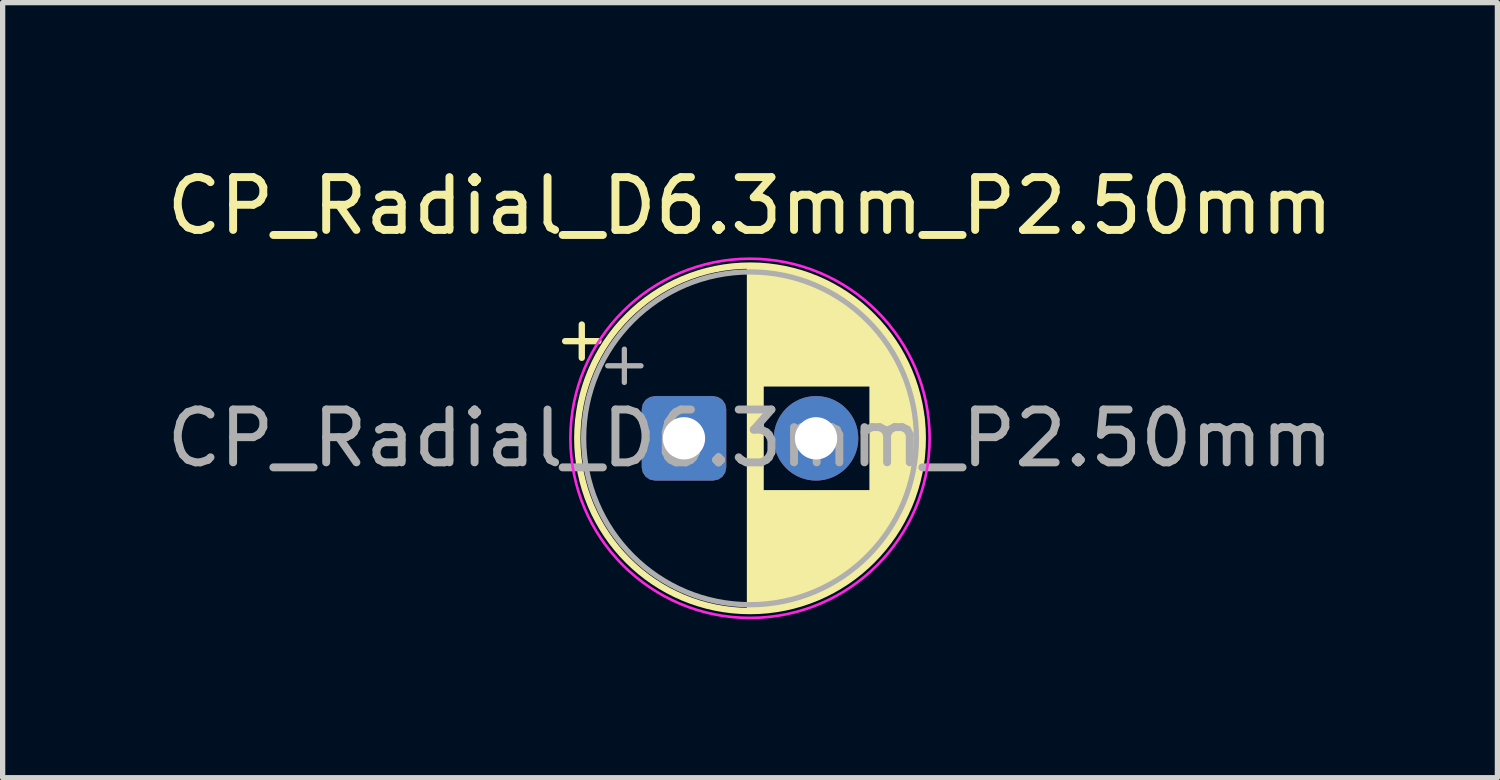
<source format=kicad_pcb>
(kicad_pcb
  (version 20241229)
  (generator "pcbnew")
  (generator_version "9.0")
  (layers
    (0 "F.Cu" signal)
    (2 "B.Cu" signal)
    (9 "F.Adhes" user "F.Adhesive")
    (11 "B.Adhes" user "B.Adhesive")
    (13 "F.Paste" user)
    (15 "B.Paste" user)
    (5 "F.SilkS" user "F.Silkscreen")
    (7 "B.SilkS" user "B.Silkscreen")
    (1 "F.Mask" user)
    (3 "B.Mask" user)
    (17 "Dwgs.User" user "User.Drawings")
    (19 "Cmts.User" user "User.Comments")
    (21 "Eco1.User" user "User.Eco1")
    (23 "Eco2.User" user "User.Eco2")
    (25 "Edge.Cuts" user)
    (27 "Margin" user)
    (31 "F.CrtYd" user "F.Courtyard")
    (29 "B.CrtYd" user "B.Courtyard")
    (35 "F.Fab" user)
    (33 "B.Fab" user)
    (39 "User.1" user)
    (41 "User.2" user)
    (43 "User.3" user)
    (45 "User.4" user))
  (footprint "CP_Radial_D6.3mm_P2.50mm"
    (layer "F.Cu")
    (at 9.899 5.248)
    (property "Reference" "CP_Radial_D6.3mm_P2.50mm" (at 1.25 -4.4 0) (layer "F.SilkS") (effects (font (size 1 1) (thickness 0.15))))
    (attr through_hole)
    (fp_line (start -2.25 -1.839) (end -1.62 -1.839) (stroke (width 0.12) (type solid)) (layer "F.SilkS"))
    (fp_line (start -1.935 -2.154) (end -1.935 -1.524) (stroke (width 0.12) (type solid)) (layer "F.SilkS"))
    (fp_line (start 1.25 -3.23) (end 1.25 3.23) (stroke (width 0.12) (type solid)) (layer "F.SilkS"))
    (fp_line (start 1.29 -3.23) (end 1.29 3.23) (stroke (width 0.12) (type solid)) (layer "F.SilkS"))
    (fp_line (start 1.33 -3.229) (end 1.33 3.229) (stroke (width 0.12) (type solid)) (layer "F.SilkS"))
    (fp_line (start 1.37 -3.228) (end 1.37 3.228) (stroke (width 0.12) (type solid)) (layer "F.SilkS"))
    (fp_line (start 1.41 -3.226) (end 1.41 3.226) (stroke (width 0.12) (type solid)) (layer "F.SilkS"))
    (fp_line (start 1.45 -3.224) (end 1.45 3.224) (stroke (width 0.12) (type solid)) (layer "F.SilkS"))
    (fp_line (start 1.49 -3.221) (end 1.49 -1.04) (stroke (width 0.12) (type solid)) (layer "F.SilkS"))
    (fp_line (start 1.49 1.04) (end 1.49 3.221) (stroke (width 0.12) (type solid)) (layer "F.SilkS"))
    (fp_line (start 1.53 -3.218) (end 1.53 -1.04) (stroke (width 0.12) (type solid)) (layer "F.SilkS"))
    (fp_line (start 1.53 1.04) (end 1.53 3.218) (stroke (width 0.12) (type solid)) (layer "F.SilkS"))
    (fp_line (start 1.57 -3.214) (end 1.57 -1.04) (stroke (width 0.12) (type solid)) (layer "F.SilkS"))
    (fp_line (start 1.57 1.04) (end 1.57 3.214) (stroke (width 0.12) (type solid)) (layer "F.SilkS"))
    (fp_line (start 1.61 -3.21) (end 1.61 -1.04) (stroke (width 0.12) (type solid)) (layer "F.SilkS"))
    (fp_line (start 1.61 1.04) (end 1.61 3.21) (stroke (width 0.12) (type solid)) (layer "F.SilkS"))
    (fp_line (start 1.65 -3.205) (end 1.65 -1.04) (stroke (width 0.12) (type solid)) (layer "F.SilkS"))
    (fp_line (start 1.65 1.04) (end 1.65 3.205) (stroke (width 0.12) (type solid)) (layer "F.SilkS"))
    (fp_line (start 1.69 -3.2) (end 1.69 -1.04) (stroke (width 0.12) (type solid)) (layer "F.SilkS"))
    (fp_line (start 1.69 1.04) (end 1.69 3.2) (stroke (width 0.12) (type solid)) (layer "F.SilkS"))
    (fp_line (start 1.73 -3.195) (end 1.73 -1.04) (stroke (width 0.12) (type solid)) (layer "F.SilkS"))
    (fp_line (start 1.73 1.04) (end 1.73 3.195) (stroke (width 0.12) (type solid)) (layer "F.SilkS"))
    (fp_line (start 1.77 -3.188) (end 1.77 -1.04) (stroke (width 0.12) (type solid)) (layer "F.SilkS"))
    (fp_line (start 1.77 1.04) (end 1.77 3.188) (stroke (width 0.12) (type solid)) (layer "F.SilkS"))
    (fp_line (start 1.81 -3.182) (end 1.81 -1.04) (stroke (width 0.12) (type solid)) (layer "F.SilkS"))
    (fp_line (start 1.81 1.04) (end 1.81 3.182) (stroke (width 0.12) (type solid)) (layer "F.SilkS"))
    (fp_line (start 1.85 -3.174) (end 1.85 -1.04) (stroke (width 0.12) (type solid)) (layer "F.SilkS"))
    (fp_line (start 1.85 1.04) (end 1.85 3.174) (stroke (width 0.12) (type solid)) (layer "F.SilkS"))
    (fp_line (start 1.89 -3.167) (end 1.89 -1.04) (stroke (width 0.12) (type solid)) (layer "F.SilkS"))
    (fp_line (start 1.89 1.04) (end 1.89 3.167) (stroke (width 0.12) (type solid)) (layer "F.SilkS"))
    (fp_line (start 1.93 -3.159) (end 1.93 -1.04) (stroke (width 0.12) (type solid)) (layer "F.SilkS"))
    (fp_line (start 1.93 1.04) (end 1.93 3.159) (stroke (width 0.12) (type solid)) (layer "F.SilkS"))
    (fp_line (start 1.97 -3.15) (end 1.97 -1.04) (stroke (width 0.12) (type solid)) (layer "F.SilkS"))
    (fp_line (start 1.97 1.04) (end 1.97 3.15) (stroke (width 0.12) (type solid)) (layer "F.SilkS"))
    (fp_line (start 2.01 -3.14) (end 2.01 -1.04) (stroke (width 0.12) (type solid)) (layer "F.SilkS"))
    (fp_line (start 2.01 1.04) (end 2.01 3.14) (stroke (width 0.12) (type solid)) (layer "F.SilkS"))
    (fp_line (start 2.05 -3.131) (end 2.05 -1.04) (stroke (width 0.12) (type solid)) (layer "F.SilkS"))
    (fp_line (start 2.05 1.04) (end 2.05 3.131) (stroke (width 0.12) (type solid)) (layer "F.SilkS"))
    (fp_line (start 2.09 -3.12) (end 2.09 -1.04) (stroke (width 0.12) (type solid)) (layer "F.SilkS"))
    (fp_line (start 2.09 1.04) (end 2.09 3.12) (stroke (width 0.12) (type solid)) (layer "F.SilkS"))
    (fp_line (start 2.13 -3.109) (end 2.13 -1.04) (stroke (width 0.12) (type solid)) (layer "F.SilkS"))
    (fp_line (start 2.13 1.04) (end 2.13 3.109) (stroke (width 0.12) (type solid)) (layer "F.SilkS"))
    (fp_line (start 2.17 -3.098) (end 2.17 -1.04) (stroke (width 0.12) (type solid)) (layer "F.SilkS"))
    (fp_line (start 2.17 1.04) (end 2.17 3.098) (stroke (width 0.12) (type solid)) (layer "F.SilkS"))
    (fp_line (start 2.21 -3.086) (end 2.21 -1.04) (stroke (width 0.12) (type solid)) (layer "F.SilkS"))
    (fp_line (start 2.21 1.04) (end 2.21 3.086) (stroke (width 0.12) (type solid)) (layer "F.SilkS"))
    (fp_line (start 2.25 -3.073) (end 2.25 -1.04) (stroke (width 0.12) (type solid)) (layer "F.SilkS"))
    (fp_line (start 2.25 1.04) (end 2.25 3.073) (stroke (width 0.12) (type solid)) (layer "F.SilkS"))
    (fp_line (start 2.29 -3.06) (end 2.29 -1.04) (stroke (width 0.12) (type solid)) (layer "F.SilkS"))
    (fp_line (start 2.29 1.04) (end 2.29 3.06) (stroke (width 0.12) (type solid)) (layer "F.SilkS"))
    (fp_line (start 2.33 -3.047) (end 2.33 -1.04) (stroke (width 0.12) (type solid)) (layer "F.SilkS"))
    (fp_line (start 2.33 1.04) (end 2.33 3.047) (stroke (width 0.12) (type solid)) (layer "F.SilkS"))
    (fp_line (start 2.37 -3.032) (end 2.37 -1.04) (stroke (width 0.12) (type solid)) (layer "F.SilkS"))
    (fp_line (start 2.37 1.04) (end 2.37 3.032) (stroke (width 0.12) (type solid)) (layer "F.SilkS"))
    (fp_line (start 2.41 -3.017) (end 2.41 -1.04) (stroke (width 0.12) (type solid)) (layer "F.SilkS"))
    (fp_line (start 2.41 1.04) (end 2.41 3.017) (stroke (width 0.12) (type solid)) (layer "F.SilkS"))
    (fp_line (start 2.45 -3.002) (end 2.45 -1.04) (stroke (width 0.12) (type solid)) (layer "F.SilkS"))
    (fp_line (start 2.45 1.04) (end 2.45 3.002) (stroke (width 0.12) (type solid)) (layer "F.SilkS"))
    (fp_line (start 2.49 -2.986) (end 2.49 -1.04) (stroke (width 0.12) (type solid)) (layer "F.SilkS"))
    (fp_line (start 2.49 1.04) (end 2.49 2.986) (stroke (width 0.12) (type solid)) (layer "F.SilkS"))
    (fp_line (start 2.53 -2.969) (end 2.53 -1.04) (stroke (width 0.12) (type solid)) (layer "F.SilkS"))
    (fp_line (start 2.53 1.04) (end 2.53 2.969) (stroke (width 0.12) (type solid)) (layer "F.SilkS"))
    (fp_line (start 2.57 -2.952) (end 2.57 -1.04) (stroke (width 0.12) (type solid)) (layer "F.SilkS"))
    (fp_line (start 2.57 1.04) (end 2.57 2.952) (stroke (width 0.12) (type solid)) (layer "F.SilkS"))
    (fp_line (start 2.61 -2.934) (end 2.61 -1.04) (stroke (width 0.12) (type solid)) (layer "F.SilkS"))
    (fp_line (start 2.61 1.04) (end 2.61 2.934) (stroke (width 0.12) (type solid)) (layer "F.SilkS"))
    (fp_line (start 2.65 -2.915) (end 2.65 -1.04) (stroke (width 0.12) (type solid)) (layer "F.SilkS"))
    (fp_line (start 2.65 1.04) (end 2.65 2.915) (stroke (width 0.12) (type solid)) (layer "F.SilkS"))
    (fp_line (start 2.69 -2.896) (end 2.69 -1.04) (stroke (width 0.12) (type solid)) (layer "F.SilkS"))
    (fp_line (start 2.69 1.04) (end 2.69 2.896) (stroke (width 0.12) (type solid)) (layer "F.SilkS"))
    (fp_line (start 2.73 -2.876) (end 2.73 -1.04) (stroke (width 0.12) (type solid)) (layer "F.SilkS"))
    (fp_line (start 2.73 1.04) (end 2.73 2.876) (stroke (width 0.12) (type solid)) (layer "F.SilkS"))
    (fp_line (start 2.77 -2.855) (end 2.77 -1.04) (stroke (width 0.12) (type solid)) (layer "F.SilkS"))
    (fp_line (start 2.77 1.04) (end 2.77 2.855) (stroke (width 0.12) (type solid)) (layer "F.SilkS"))
    (fp_line (start 2.81 -2.834) (end 2.81 -1.04) (stroke (width 0.12) (type solid)) (layer "F.SilkS"))
    (fp_line (start 2.81 1.04) (end 2.81 2.834) (stroke (width 0.12) (type solid)) (layer "F.SilkS"))
    (fp_line (start 2.85 -2.812) (end 2.85 -1.04) (stroke (width 0.12) (type solid)) (layer "F.SilkS"))
    (fp_line (start 2.85 1.04) (end 2.85 2.812) (stroke (width 0.12) (type solid)) (layer "F.SilkS"))
    (fp_line (start 2.89 -2.789) (end 2.89 -1.04) (stroke (width 0.12) (type solid)) (layer "F.SilkS"))
    (fp_line (start 2.89 1.04) (end 2.89 2.789) (stroke (width 0.12) (type solid)) (layer "F.SilkS"))
    (fp_line (start 2.93 -2.765) (end 2.93 -1.04) (stroke (width 0.12) (type solid)) (layer "F.SilkS"))
    (fp_line (start 2.93 1.04) (end 2.93 2.765) (stroke (width 0.12) (type solid)) (layer "F.SilkS"))
    (fp_line (start 2.97 -2.741) (end 2.97 -1.04) (stroke (width 0.12) (type solid)) (layer "F.SilkS"))
    (fp_line (start 2.97 1.04) (end 2.97 2.741) (stroke (width 0.12) (type solid)) (layer "F.SilkS"))
    (fp_line (start 3.01 -2.716) (end 3.01 -1.04) (stroke (width 0.12) (type solid)) (layer "F.SilkS"))
    (fp_line (start 3.01 1.04) (end 3.01 2.716) (stroke (width 0.12) (type solid)) (layer "F.SilkS"))
    (fp_line (start 3.05 -2.69) (end 3.05 -1.04) (stroke (width 0.12) (type solid)) (layer "F.SilkS"))
    (fp_line (start 3.05 1.04) (end 3.05 2.69) (stroke (width 0.12) (type solid)) (layer "F.SilkS"))
    (fp_line (start 3.09 -2.663) (end 3.09 -1.04) (stroke (width 0.12) (type solid)) (layer "F.SilkS"))
    (fp_line (start 3.09 1.04) (end 3.09 2.663) (stroke (width 0.12) (type solid)) (layer "F.SilkS"))
    (fp_line (start 3.13 -2.636) (end 3.13 -1.04) (stroke (width 0.12) (type solid)) (layer "F.SilkS"))
    (fp_line (start 3.13 1.04) (end 3.13 2.636) (stroke (width 0.12) (type solid)) (layer "F.SilkS"))
    (fp_line (start 3.17 -2.607) (end 3.17 -1.04) (stroke (width 0.12) (type solid)) (layer "F.SilkS"))
    (fp_line (start 3.17 1.04) (end 3.17 2.607) (stroke (width 0.12) (type solid)) (layer "F.SilkS"))
    (fp_line (start 3.21 -2.577) (end 3.21 -1.04) (stroke (width 0.12) (type solid)) (layer "F.SilkS"))
    (fp_line (start 3.21 1.04) (end 3.21 2.577) (stroke (width 0.12) (type solid)) (layer "F.SilkS"))
    (fp_line (start 3.25 -2.547) (end 3.25 -1.04) (stroke (width 0.12) (type solid)) (layer "F.SilkS"))
    (fp_line (start 3.25 1.04) (end 3.25 2.547) (stroke (width 0.12) (type solid)) (layer "F.SilkS"))
    (fp_line (start 3.29 -2.516) (end 3.29 -1.04) (stroke (width 0.12) (type solid)) (layer "F.SilkS"))
    (fp_line (start 3.29 1.04) (end 3.29 2.516) (stroke (width 0.12) (type solid)) (layer "F.SilkS"))
    (fp_line (start 3.33 -2.483) (end 3.33 -1.04) (stroke (width 0.12) (type solid)) (layer "F.SilkS"))
    (fp_line (start 3.33 1.04) (end 3.33 2.483) (stroke (width 0.12) (type solid)) (layer "F.SilkS"))
    (fp_line (start 3.37 -2.45) (end 3.37 -1.04) (stroke (width 0.12) (type solid)) (layer "F.SilkS"))
    (fp_line (start 3.37 1.04) (end 3.37 2.45) (stroke (width 0.12) (type solid)) (layer "F.SilkS"))
    (fp_line (start 3.41 -2.415) (end 3.41 -1.04) (stroke (width 0.12) (type solid)) (layer "F.SilkS"))
    (fp_line (start 3.41 1.04) (end 3.41 2.415) (stroke (width 0.12) (type solid)) (layer "F.SilkS"))
    (fp_line (start 3.45 -2.379) (end 3.45 -1.04) (stroke (width 0.12) (type solid)) (layer "F.SilkS"))
    (fp_line (start 3.45 1.04) (end 3.45 2.379) (stroke (width 0.12) (type solid)) (layer "F.SilkS"))
    (fp_line (start 3.49 -2.342) (end 3.49 -1.04) (stroke (width 0.12) (type solid)) (layer "F.SilkS"))
    (fp_line (start 3.49 1.04) (end 3.49 2.342) (stroke (width 0.12) (type solid)) (layer "F.SilkS"))
    (fp_line (start 3.53 -2.304) (end 3.53 -1.04) (stroke (width 0.12) (type solid)) (layer "F.SilkS"))
    (fp_line (start 3.53 1.04) (end 3.53 2.304) (stroke (width 0.12) (type solid)) (layer "F.SilkS"))
    (fp_line (start 3.57 -2.264) (end 3.57 2.264) (stroke (width 0.12) (type solid)) (layer "F.SilkS"))
    (fp_line (start 3.61 -2.223) (end 3.61 2.223) (stroke (width 0.12) (type solid)) (layer "F.SilkS"))
    (fp_line (start 3.65 -2.181) (end 3.65 2.181) (stroke (width 0.12) (type solid)) (layer "F.SilkS"))
    (fp_line (start 3.69 -2.137) (end 3.69 2.137) (stroke (width 0.12) (type solid)) (layer "F.SilkS"))
    (fp_line (start 3.73 -2.091) (end 3.73 2.091) (stroke (width 0.12) (type solid)) (layer "F.SilkS"))
    (fp_line (start 3.77 -2.044) (end 3.77 2.044) (stroke (width 0.12) (type solid)) (layer "F.SilkS"))
    (fp_line (start 3.81 -1.995) (end 3.81 1.995) (stroke (width 0.12) (type solid)) (layer "F.SilkS"))
    (fp_line (start 3.85 -1.943) (end 3.85 1.943) (stroke (width 0.12) (type solid)) (layer "F.SilkS"))
    (fp_line (start 3.89 -1.89) (end 3.89 1.89) (stroke (width 0.12) (type solid)) (layer "F.SilkS"))
    (fp_line (start 3.93 -1.834) (end 3.93 1.834) (stroke (width 0.12) (type solid)) (layer "F.SilkS"))
    (fp_line (start 3.97 -1.775) (end 3.97 1.775) (stroke (width 0.12) (type solid)) (layer "F.SilkS"))
    (fp_line (start 4.01 -1.714) (end 4.01 1.714) (stroke (width 0.12) (type solid)) (layer "F.SilkS"))
    (fp_line (start 4.05 -1.649) (end 4.05 1.649) (stroke (width 0.12) (type solid)) (layer "F.SilkS"))
    (fp_line (start 4.09 -1.581) (end 4.09 1.581) (stroke (width 0.12) (type solid)) (layer "F.SilkS"))
    (fp_line (start 4.13 -1.509) (end 4.13 1.509) (stroke (width 0.12) (type solid)) (layer "F.SilkS"))
    (fp_line (start 4.17 -1.432) (end 4.17 1.432) (stroke (width 0.12) (type solid)) (layer "F.SilkS"))
    (fp_line (start 4.21 -1.35) (end 4.21 1.35) (stroke (width 0.12) (type solid)) (layer "F.SilkS"))
    (fp_line (start 4.25 -1.261) (end 4.25 1.261) (stroke (width 0.12) (type solid)) (layer "F.SilkS"))
    (fp_line (start 4.29 -1.165) (end 4.29 1.165) (stroke (width 0.12) (type solid)) (layer "F.SilkS"))
    (fp_line (start 4.33 -1.058) (end 4.33 1.058) (stroke (width 0.12) (type solid)) (layer "F.SilkS"))
    (fp_line (start 4.37 -0.939) (end 4.37 0.939) (stroke (width 0.12) (type solid)) (layer "F.SilkS"))
    (fp_line (start 4.41 -0.801) (end 4.41 0.801) (stroke (width 0.12) (type solid)) (layer "F.SilkS"))
    (fp_line (start 4.45 -0.633) (end 4.45 0.633) (stroke (width 0.12) (type solid)) (layer "F.SilkS"))
    (fp_line (start 4.49 -0.402) (end 4.49 0.402) (stroke (width 0.12) (type solid)) (layer "F.SilkS"))
    (fp_circle (center 1.25 0) (end 4.52 0) (stroke (width 0.12) (type solid)) (fill no) (layer "F.SilkS"))
    (fp_circle (center 1.25 0) (end 4.65 0) (stroke (width 0.05) (type solid)) (fill no) (layer "F.CrtYd"))
    (fp_line (start -1.444 -1.373) (end -0.814 -1.373) (stroke (width 0.1) (type solid)) (layer "F.Fab"))
    (fp_line (start -1.129 -1.688) (end -1.129 -1.058) (stroke (width 0.1) (type solid)) (layer "F.Fab"))
    (fp_circle (center 1.25 0) (end 4.4 0) (stroke (width 0.1) (type solid)) (fill no) (layer "F.Fab"))
    (fp_text user "${REFERENCE}" (at 1.25 0 0) (layer "F.Fab") (effects (font (size 1 1) (thickness 0.15))))
    (pad "1" thru_hole roundrect (at 0 0) (size 1.6 1.6) (drill 0.8) (layers "*.Cu" "*.Mask") (roundrect_rratio 0.156))
    (pad "2" thru_hole circle (at 2.5 0) (size 1.6 1.6) (drill 0.8) (layers "*.Cu" "*.Mask")))
  (gr_rect
    (start -3 -3)
    (end 25.298 11.673)
    (stroke (width 0.1) (type default))
    (fill no)
    (layer "Edge.Cuts")))
</source>
